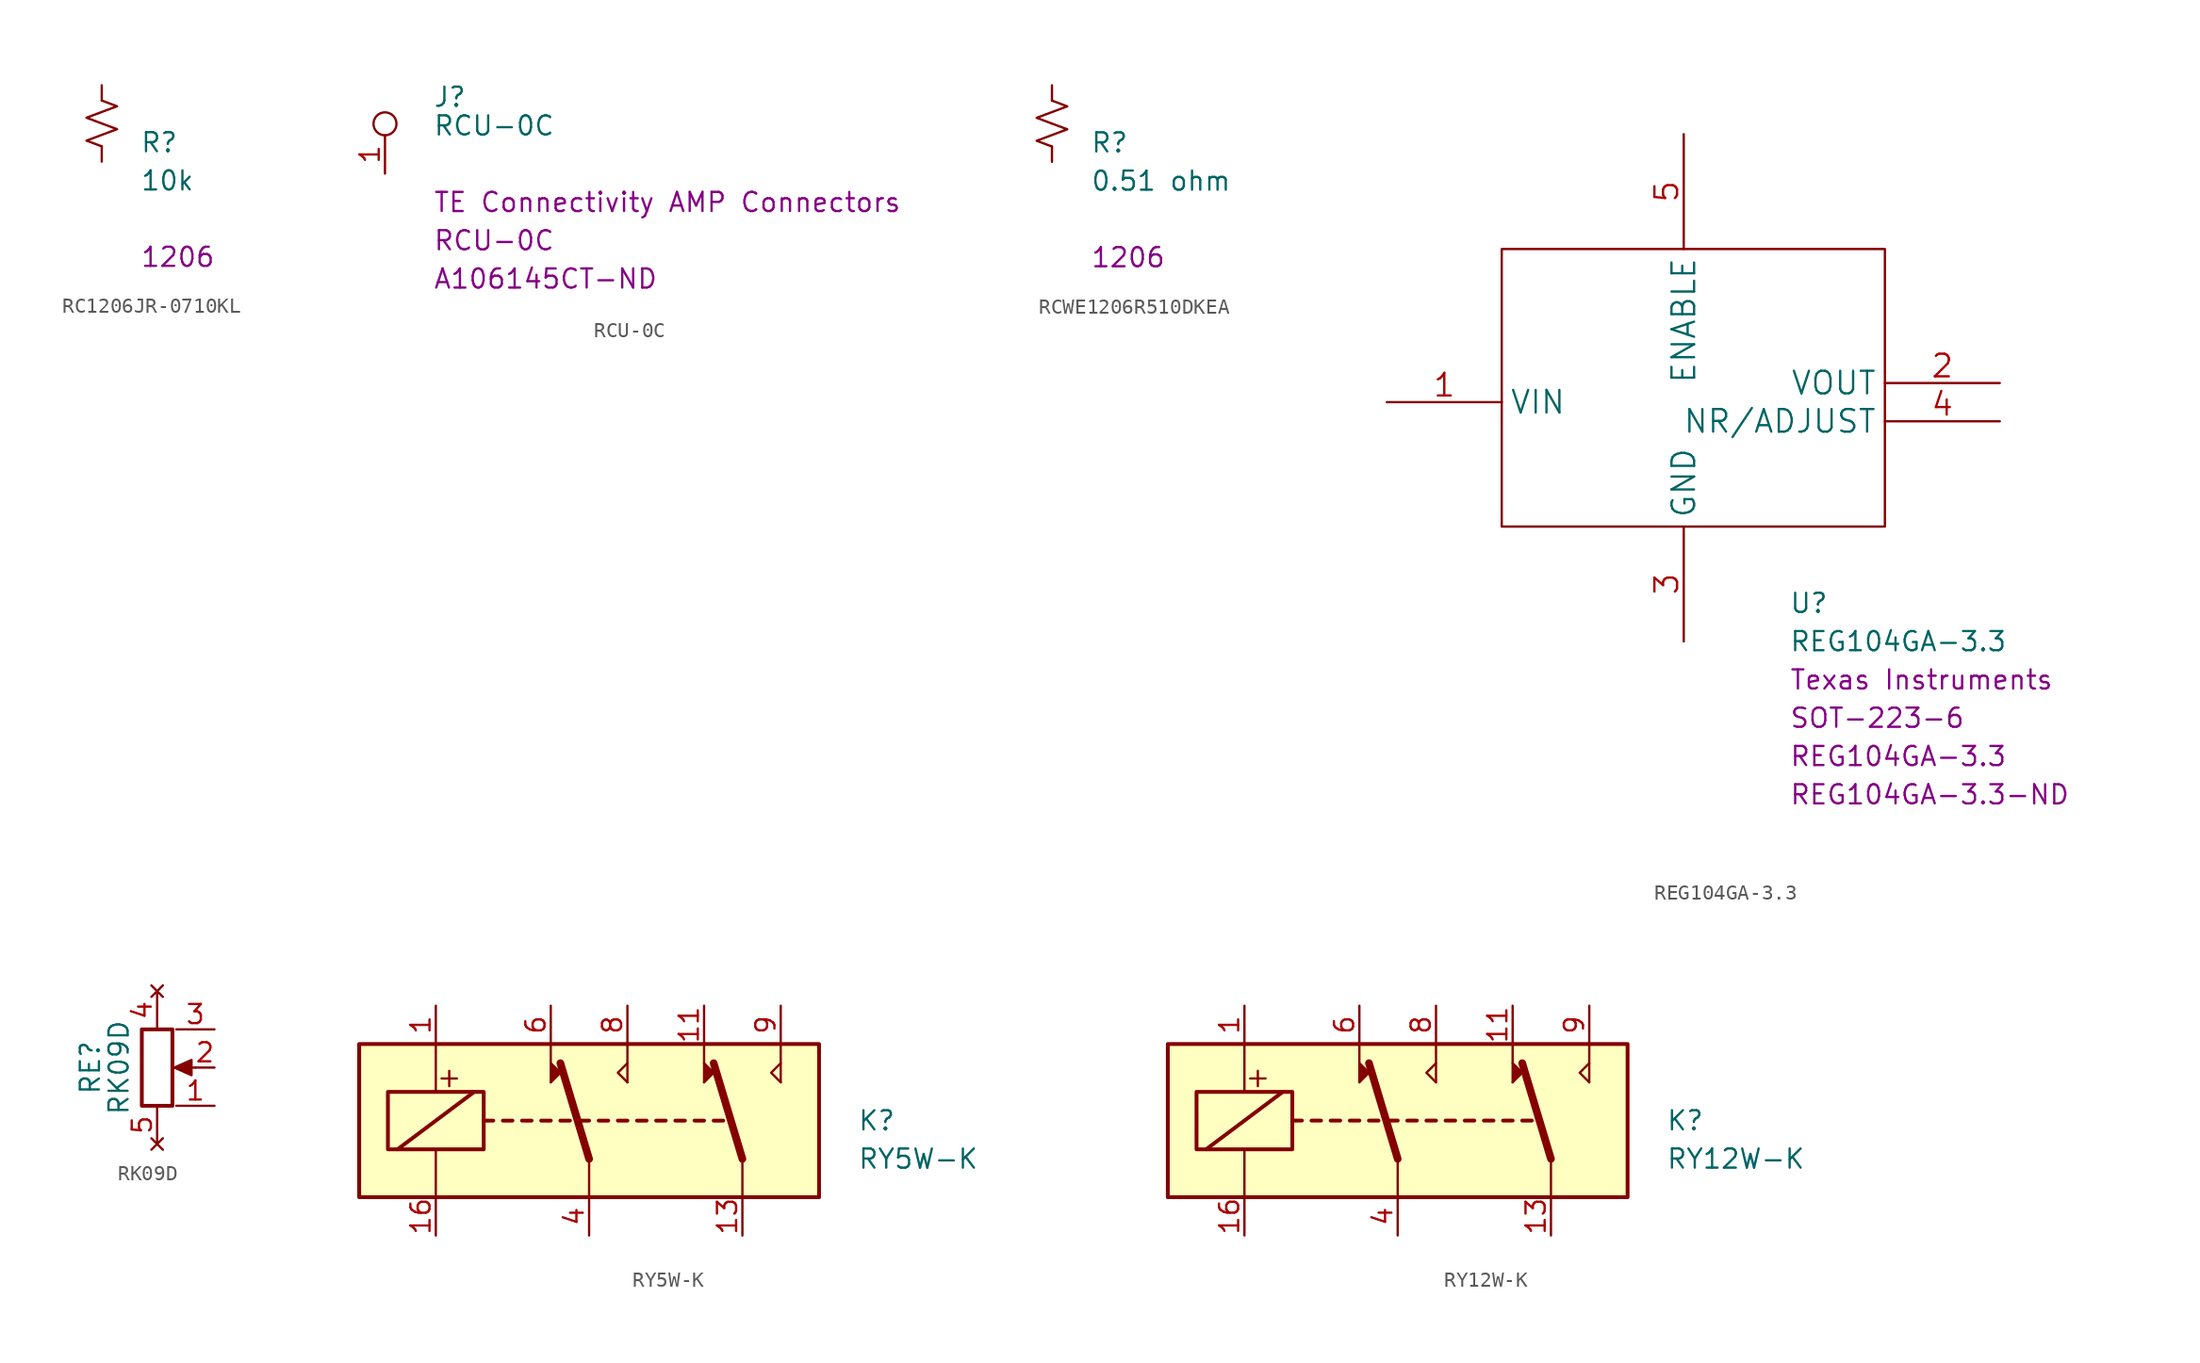
<source format=kicad_sym>
(kicad_symbol_lib
  (version 20220914)
  (generator kicad_symbol_editor)
  (symbol "RC1206JR-0710KL"
    (pin_numbers hide)
    (pin_names
      (offset 0.254) hide)
    (property "Reference" "R"
      (at 2.54 -1.27 0)
      (effects (font (size 1.27 1.27)) (justify left)))
    (property "Value" "RC1206JR-0710KL"
      (at 2.032 1.524 0)
      (effects (font (size 1.27 1.27)) (justify left)))
    (property "value" "10k"
      (at 2.54 -3.81 0)
      (effects (font (size 1.27 1.27)) (justify left)))
    (property "Chip Set" "1206"
      (at 2.54 -8.89 0)
      (effects (font (size 1.27 1.27)) (justify left)))
    (symbol "RC1206JR-0710KL_1_1"
      (polyline (pts (xy 0 0) (xy 1.016 -0.381) (xy 0 -0.762) (xy -1.016 -1.143) (xy 0 -1.524)) (stroke (width 0) (type default)) (fill (type none)))
      (polyline (pts (xy 0 1.524) (xy 1.016 1.143) (xy 0 0.762) (xy -1.016 0.381) (xy 0 0)) (stroke (width 0) (type default)) (fill (type none)))
      (pin passive line (at 0 2.54 270) (length 1.016) (name "~" (effects (font (size 1.27 1.27)))) (number "1" (effects (font (size 1.27 1.27)))))
      (pin passive line (at 0 -2.54 90) (length 1.016) (name "~" (effects (font (size 1.27 1.27)))) (number "2" (effects (font (size 1.27 1.27)))))))
  (symbol "RCU-0C"
    (pin_names hide)
    (property "Reference" "J"
      (at 3.175 5.08 0)
      (effects (font (size 1.27 1.27)) (justify left)))
    (property "Value" "RCU-0C"
      (at 3.175 3.175 0)
      (effects (font (size 1.27 1.27)) (justify left)))
    (property "Manufacturer" "TE Connectivity AMP Connectors"
      (at 3.175 -1.905 0)
      (effects (font (size 1.27 1.27)) (justify left)))
    (property "MPN" "RCU-0C"
      (at 3.175 -4.445 0)
      (effects (font (size 1.27 1.27)) (justify left)))
    (property "Digi-Key_PN" "A106145CT-ND"
      (at 3.175 -6.985 0)
      (effects (font (size 1.27 1.27)) (justify left)))
    (symbol "RCU-0C_1_1"
      (circle (center 0 3.302) (radius 0.762) (stroke (width 0) (type default)) (fill (type none)))
      (pin passive line (at 0 0 90) (length 2.54) (name "1" (effects (font (size 1.27 1.27)))) (number "1" (effects (font (size 1.27 1.27)))))))
  (symbol "RCWE1206R510DKEA"
    (pin_numbers hide)
    (pin_names
      (offset 0.254) hide)
    (property "Reference" "R"
      (at 2.54 -1.27 0)
      (effects (font (size 1.27 1.27)) (justify left)))
    (property "Value" "RCWE1206R510DKEA"
      (at 2.032 1.524 0)
      (effects (font (size 1.27 1.27)) (justify left)))
    (property "value" "0.51 ohm"
      (at 2.54 -3.81 0)
      (effects (font (size 1.27 1.27)) (justify left)))
    (property "Chip Set" "1206"
      (at 2.54 -8.89 0)
      (effects (font (size 1.27 1.27)) (justify left)))
    (symbol "RCWE1206R510DKEA_1_1"
      (polyline (pts (xy 0 0) (xy 1.016 -0.381) (xy 0 -0.762) (xy -1.016 -1.143) (xy 0 -1.524)) (stroke (width 0) (type default)) (fill (type none)))
      (polyline (pts (xy 0 1.524) (xy 1.016 1.143) (xy 0 0.762) (xy -1.016 0.381) (xy 0 0)) (stroke (width 0) (type default)) (fill (type none)))
      (pin passive line (at 0 2.54 270) (length 1.016) (name "~" (effects (font (size 1.27 1.27)))) (number "1" (effects (font (size 1.27 1.27)))))
      (pin passive line (at 0 -2.54 90) (length 1.016) (name "~" (effects (font (size 1.27 1.27)))) (number "2" (effects (font (size 1.27 1.27)))))))
  (symbol "REG104GA-3.3"
    (property "Reference" "U"
      (at 6.985 -13.335 0)
      (effects (font (size 1.27 1.27)) (justify left)))
    (property "Value" "REG104GA-3.3"
      (at 6.985 -15.875 0)
      (effects (font (size 1.27 1.27)) (justify left)))
    (property "Chip Set" "SOT-223-6"
      (at 6.985 -20.955 0)
      (effects (font (size 1.27 1.27)) (justify left)))
    (property "Manufacturer" "Texas Instruments"
      (at 6.985 -18.415 0)
      (effects (font (size 1.27 1.27)) (justify left)))
    (property "MPN" "REG104GA-3.3"
      (at 6.985 -23.495 0)
      (effects (font (size 1.27 1.27)) (justify left)))
    (property "Digi-Key_PN" "REG104GA-3.3-ND"
      (at 6.985 -26.035 0)
      (effects (font (size 1.27 1.27)) (justify left)))
    (symbol "REG104GA-3.3_0_1"
      (rectangle (start -12.065 10.16) (end 13.335 -8.255) (stroke (width 0) (type default)) (fill (type none))))
    (symbol "REG104GA-3.3_1_1"
      (pin input line (at -19.685 0 0) (length 7.62) (name "VIN" (effects (font (size 1.499 1.499)))) (number "1" (effects (font (size 1.499 1.499)))))
      (pin output line (at 20.955 1.27 180) (length 7.62) (name "VOUT" (effects (font (size 1.499 1.499)))) (number "2" (effects (font (size 1.499 1.499)))))
      (pin power_in line (at 0 -15.875 90) (length 7.62) (name "GND" (effects (font (size 1.499 1.499)))) (number "3" (effects (font (size 1.499 1.499)))))
      (pin bidirectional line (at 20.955 -1.27 180) (length 7.62) (name "NR/ADJUST" (effects (font (size 1.499 1.499)))) (number "4" (effects (font (size 1.499 1.499)))))
      (pin unspecified line (at 0 17.78 270) (length 7.62) (name "ENABLE" (effects (font (size 1.499 1.499)))) (number "5" (effects (font (size 1.499 1.499)))))))
  (symbol "RK09D"
    (pin_names hide)
    (property "Reference" "RE"
      (at -4.445 0 90)
      (effects (font (size 1.27 1.27))))
    (property "Value" "RK09D"
      (at -2.54 0 90)
      (effects (font (size 1.27 1.27))))
    (symbol "RK09D_0_1"
      (polyline (pts (xy 2.54 0) (xy 1.524 0)) (stroke (width 0) (type default)) (fill (type none)))
      (polyline (pts (xy 1.143 0) (xy 2.286 0.508) (xy 2.286 -0.508) (xy 1.143 0)) (stroke (width 0) (type default)) (fill (type outline)))
      (rectangle (start 1.016 2.54) (end -1.016 -2.54) (stroke (width 0.254) (type default)) (fill (type none))))
    (symbol "RK09D_1_1"
      (pin passive line (at 3.81 -2.54 180) (length 2.54) (name "1" (effects (font (size 1.27 1.27)))) (number "1" (effects (font (size 1.27 1.27)))))
      (pin passive line (at 3.81 0 180) (length 1.27) (name "2" (effects (font (size 1.27 1.27)))) (number "2" (effects (font (size 1.27 1.27)))))
      (pin passive line (at 3.81 2.54 180) (length 2.54) (name "3" (effects (font (size 1.27 1.27)))) (number "3" (effects (font (size 1.27 1.27)))))
      (pin no_connect line (at 0 5.08 270) (length 2.54) (name "4" (effects (font (size 1.27 1.27)))) (number "4" (effects (font (size 1.27 1.27)))))
      (pin no_connect line (at 0 -5.08 90) (length 2.54) (name "5" (effects (font (size 1.27 1.27)))) (number "5" (effects (font (size 1.27 1.27)))))))
  (symbol "RY5W-K"
    (property "Reference" "K"
      (at 17.78 0 0)
      (effects (font (size 1.27 1.27)) (justify left)))
    (property "Value" "RY5W-K"
      (at 17.78 -2.54 0)
      (effects (font (size 1.27 1.27)) (justify left)))
    (symbol "RY5W-K_0_1"
      (rectangle (start -15.24 5.08) (end 15.24 -5.08) (stroke (width 0.254) (type default)) (fill (type background)))
      (rectangle (start -13.335 1.905) (end -6.985 -1.905) (stroke (width 0.254) (type default)) (fill (type none)))
      (polyline (pts (xy -12.7 -1.905) (xy -7.62 1.905)) (stroke (width 0.254) (type default)) (fill (type none)))
      (polyline (pts (xy -10.16 -5.08) (xy -10.16 -1.905)) (stroke (width 0) (type default)) (fill (type none)))
      (polyline (pts (xy -10.16 5.08) (xy -10.16 1.905)) (stroke (width 0) (type default)) (fill (type none)))
      (polyline (pts (xy -9.779 2.794) (xy -8.763 2.794)) (stroke (width 0) (type default)) (fill (type none)))
      (polyline (pts (xy -9.271 3.302) (xy -9.271 2.286)) (stroke (width 0) (type default)) (fill (type none)))
      (polyline (pts (xy -6.985 0) (xy -6.35 0)) (stroke (width 0.254) (type default)) (fill (type none)))
      (polyline (pts (xy -5.715 0) (xy -5.08 0)) (stroke (width 0.254) (type default)) (fill (type none)))
      (polyline (pts (xy -4.445 0) (xy -3.81 0)) (stroke (width 0.254) (type default)) (fill (type none)))
      (polyline (pts (xy -3.175 0) (xy -2.54 0)) (stroke (width 0.254) (type default)) (fill (type none)))
      (polyline (pts (xy -2.54 2.54) (xy -2.54 5.08)) (stroke (width 0) (type default)) (fill (type none)))
      (polyline (pts (xy -1.905 0) (xy -1.27 0)) (stroke (width 0.254) (type default)) (fill (type none)))
      (polyline (pts (xy -0.635 0) (xy 0 0)) (stroke (width 0.254) (type default)) (fill (type none)))
      (polyline (pts (xy 0 -2.54) (xy -1.905 3.81)) (stroke (width 0.508) (type default)) (fill (type none)))
      (polyline (pts (xy 0 -2.54) (xy 0 -5.08)) (stroke (width 0) (type default)) (fill (type none)))
      (polyline (pts (xy 0.635 0) (xy 1.27 0)) (stroke (width 0.254) (type default)) (fill (type none)))
      (polyline (pts (xy 1.905 0) (xy 2.54 0)) (stroke (width 0.254) (type default)) (fill (type none)))
      (polyline (pts (xy 2.54 2.54) (xy 2.54 5.08)) (stroke (width 0) (type default)) (fill (type none)))
      (polyline (pts (xy 3.175 0) (xy 3.81 0)) (stroke (width 0.254) (type default)) (fill (type none)))
      (polyline (pts (xy 4.445 0) (xy 5.08 0)) (stroke (width 0.254) (type default)) (fill (type none)))
      (polyline (pts (xy 5.715 0) (xy 6.35 0)) (stroke (width 0.254) (type default)) (fill (type none)))
      (polyline (pts (xy 6.985 0) (xy 7.62 0)) (stroke (width 0.254) (type default)) (fill (type none)))
      (polyline (pts (xy 7.62 2.54) (xy 7.62 5.08)) (stroke (width 0) (type default)) (fill (type none)))
      (polyline (pts (xy 8.255 0) (xy 8.89 0)) (stroke (width 0.254) (type default)) (fill (type none)))
      (polyline (pts (xy 10.16 -2.54) (xy 8.255 3.81)) (stroke (width 0.508) (type default)) (fill (type none)))
      (polyline (pts (xy 10.16 -2.54) (xy 10.16 -5.08)) (stroke (width 0) (type default)) (fill (type none)))
      (polyline (pts (xy 12.7 2.54) (xy 12.7 5.08)) (stroke (width 0) (type default)) (fill (type none)))
      (polyline (pts (xy -2.54 2.54) (xy -1.905 3.175) (xy -2.54 3.81)) (stroke (width 0) (type default)) (fill (type outline)))
      (polyline (pts (xy 2.54 2.54) (xy 1.905 3.175) (xy 2.54 3.81)) (stroke (width 0) (type default)) (fill (type none)))
      (polyline (pts (xy 7.62 2.54) (xy 8.255 3.175) (xy 7.62 3.81)) (stroke (width 0) (type default)) (fill (type outline)))
      (polyline (pts (xy 12.7 2.54) (xy 12.065 3.175) (xy 12.7 3.81)) (stroke (width 0) (type default)) (fill (type none))))
    (symbol "RY5W-K_1_1"
      (pin passive line (at -10.16 7.62 270) (length 2.54) (name "~" (effects (font (size 1.27 1.27)))) (number "1" (effects (font (size 1.27 1.27)))))
      (pin passive line (at 7.62 7.62 270) (length 2.54) (name "~" (effects (font (size 1.27 1.27)))) (number "11" (effects (font (size 1.27 1.27)))))
      (pin passive line (at 10.16 -7.62 90) (length 2.54) (name "~" (effects (font (size 1.27 1.27)))) (number "13" (effects (font (size 1.27 1.27)))))
      (pin passive line (at -10.16 -7.62 90) (length 2.54) (name "~" (effects (font (size 1.27 1.27)))) (number "16" (effects (font (size 1.27 1.27)))))
      (pin passive line (at 0 -7.62 90) (length 2.54) (name "~" (effects (font (size 1.27 1.27)))) (number "4" (effects (font (size 1.27 1.27)))))
      (pin passive line (at -2.54 7.62 270) (length 2.54) (name "~" (effects (font (size 1.27 1.27)))) (number "6" (effects (font (size 1.27 1.27)))))
      (pin passive line (at 2.54 7.62 270) (length 2.54) (name "~" (effects (font (size 1.27 1.27)))) (number "8" (effects (font (size 1.27 1.27)))))
      (pin passive line (at 12.7 7.62 270) (length 2.54) (name "~" (effects (font (size 1.27 1.27)))) (number "9" (effects (font (size 1.27 1.27)))))))
  (symbol "RY12W-K"
    (property "Reference" "K"
      (at 17.78 0 0)
      (effects (font (size 1.27 1.27)) (justify left)))
    (property "Value" "RY12W-K"
      (at 17.78 -2.54 0)
      (effects (font (size 1.27 1.27)) (justify left)))
    (symbol "RY12W-K_0_1"
      (rectangle (start -15.24 5.08) (end 15.24 -5.08) (stroke (width 0.254) (type default)) (fill (type background)))
      (rectangle (start -13.335 1.905) (end -6.985 -1.905) (stroke (width 0.254) (type default)) (fill (type none)))
      (polyline (pts (xy -12.7 -1.905) (xy -7.62 1.905)) (stroke (width 0.254) (type default)) (fill (type none)))
      (polyline (pts (xy -10.16 -5.08) (xy -10.16 -1.905)) (stroke (width 0) (type default)) (fill (type none)))
      (polyline (pts (xy -10.16 5.08) (xy -10.16 1.905)) (stroke (width 0) (type default)) (fill (type none)))
      (polyline (pts (xy -9.779 2.794) (xy -8.763 2.794)) (stroke (width 0) (type default)) (fill (type none)))
      (polyline (pts (xy -9.271 3.302) (xy -9.271 2.286)) (stroke (width 0) (type default)) (fill (type none)))
      (polyline (pts (xy -6.985 0) (xy -6.35 0)) (stroke (width 0.254) (type default)) (fill (type none)))
      (polyline (pts (xy -5.715 0) (xy -5.08 0)) (stroke (width 0.254) (type default)) (fill (type none)))
      (polyline (pts (xy -4.445 0) (xy -3.81 0)) (stroke (width 0.254) (type default)) (fill (type none)))
      (polyline (pts (xy -3.175 0) (xy -2.54 0)) (stroke (width 0.254) (type default)) (fill (type none)))
      (polyline (pts (xy -2.54 2.54) (xy -2.54 5.08)) (stroke (width 0) (type default)) (fill (type none)))
      (polyline (pts (xy -1.905 0) (xy -1.27 0)) (stroke (width 0.254) (type default)) (fill (type none)))
      (polyline (pts (xy -0.635 0) (xy 0 0)) (stroke (width 0.254) (type default)) (fill (type none)))
      (polyline (pts (xy 0 -2.54) (xy -1.905 3.81)) (stroke (width 0.508) (type default)) (fill (type none)))
      (polyline (pts (xy 0 -2.54) (xy 0 -5.08)) (stroke (width 0) (type default)) (fill (type none)))
      (polyline (pts (xy 0.635 0) (xy 1.27 0)) (stroke (width 0.254) (type default)) (fill (type none)))
      (polyline (pts (xy 1.905 0) (xy 2.54 0)) (stroke (width 0.254) (type default)) (fill (type none)))
      (polyline (pts (xy 2.54 2.54) (xy 2.54 5.08)) (stroke (width 0) (type default)) (fill (type none)))
      (polyline (pts (xy 3.175 0) (xy 3.81 0)) (stroke (width 0.254) (type default)) (fill (type none)))
      (polyline (pts (xy 4.445 0) (xy 5.08 0)) (stroke (width 0.254) (type default)) (fill (type none)))
      (polyline (pts (xy 5.715 0) (xy 6.35 0)) (stroke (width 0.254) (type default)) (fill (type none)))
      (polyline (pts (xy 6.985 0) (xy 7.62 0)) (stroke (width 0.254) (type default)) (fill (type none)))
      (polyline (pts (xy 7.62 2.54) (xy 7.62 5.08)) (stroke (width 0) (type default)) (fill (type none)))
      (polyline (pts (xy 8.255 0) (xy 8.89 0)) (stroke (width 0.254) (type default)) (fill (type none)))
      (polyline (pts (xy 10.16 -2.54) (xy 8.255 3.81)) (stroke (width 0.508) (type default)) (fill (type none)))
      (polyline (pts (xy 10.16 -2.54) (xy 10.16 -5.08)) (stroke (width 0) (type default)) (fill (type none)))
      (polyline (pts (xy 12.7 2.54) (xy 12.7 5.08)) (stroke (width 0) (type default)) (fill (type none)))
      (polyline (pts (xy -2.54 2.54) (xy -1.905 3.175) (xy -2.54 3.81)) (stroke (width 0) (type default)) (fill (type outline)))
      (polyline (pts (xy 2.54 2.54) (xy 1.905 3.175) (xy 2.54 3.81)) (stroke (width 0) (type default)) (fill (type none)))
      (polyline (pts (xy 7.62 2.54) (xy 8.255 3.175) (xy 7.62 3.81)) (stroke (width 0) (type default)) (fill (type outline)))
      (polyline (pts (xy 12.7 2.54) (xy 12.065 3.175) (xy 12.7 3.81)) (stroke (width 0) (type default)) (fill (type none))))
    (symbol "RY12W-K_1_1"
      (pin passive line (at -10.16 7.62 270) (length 2.54) (name "~" (effects (font (size 1.27 1.27)))) (number "1" (effects (font (size 1.27 1.27)))))
      (pin passive line (at 7.62 7.62 270) (length 2.54) (name "~" (effects (font (size 1.27 1.27)))) (number "11" (effects (font (size 1.27 1.27)))))
      (pin passive line (at 10.16 -7.62 90) (length 2.54) (name "~" (effects (font (size 1.27 1.27)))) (number "13" (effects (font (size 1.27 1.27)))))
      (pin passive line (at -10.16 -7.62 90) (length 2.54) (name "~" (effects (font (size 1.27 1.27)))) (number "16" (effects (font (size 1.27 1.27)))))
      (pin passive line (at 0 -7.62 90) (length 2.54) (name "~" (effects (font (size 1.27 1.27)))) (number "4" (effects (font (size 1.27 1.27)))))
      (pin passive line (at -2.54 7.62 270) (length 2.54) (name "~" (effects (font (size 1.27 1.27)))) (number "6" (effects (font (size 1.27 1.27)))))
      (pin passive line (at 2.54 7.62 270) (length 2.54) (name "~" (effects (font (size 1.27 1.27)))) (number "8" (effects (font (size 1.27 1.27)))))
      (pin passive line (at 12.7 7.62 270) (length 2.54) (name "~" (effects (font (size 1.27 1.27)))) (number "9" (effects (font (size 1.27 1.27))))))))
</source>
